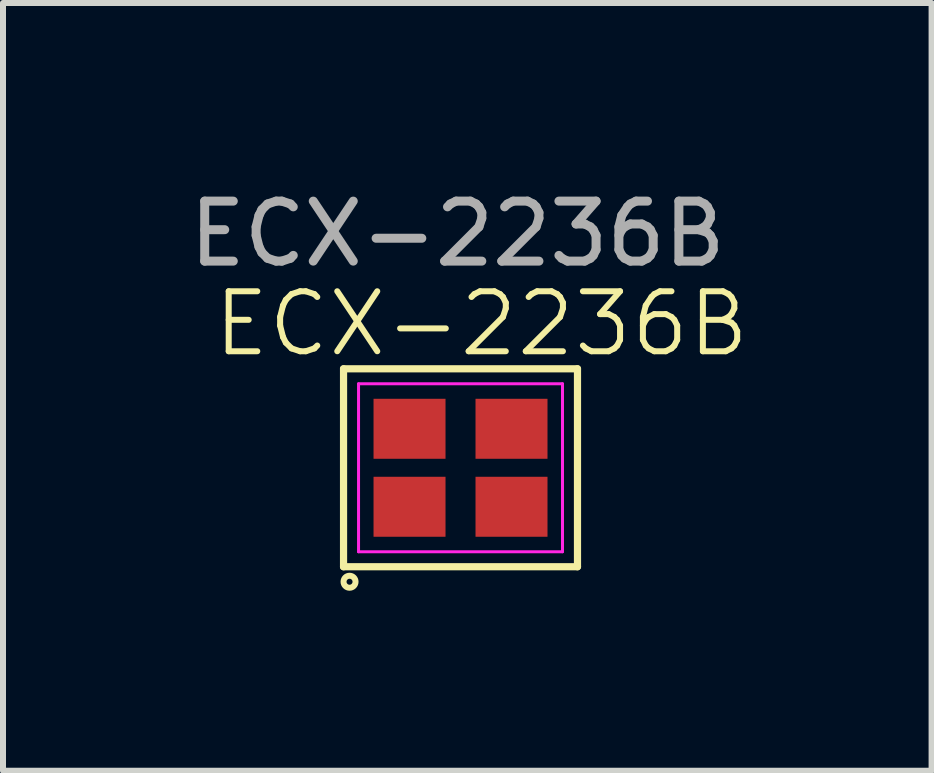
<source format=kicad_pcb>
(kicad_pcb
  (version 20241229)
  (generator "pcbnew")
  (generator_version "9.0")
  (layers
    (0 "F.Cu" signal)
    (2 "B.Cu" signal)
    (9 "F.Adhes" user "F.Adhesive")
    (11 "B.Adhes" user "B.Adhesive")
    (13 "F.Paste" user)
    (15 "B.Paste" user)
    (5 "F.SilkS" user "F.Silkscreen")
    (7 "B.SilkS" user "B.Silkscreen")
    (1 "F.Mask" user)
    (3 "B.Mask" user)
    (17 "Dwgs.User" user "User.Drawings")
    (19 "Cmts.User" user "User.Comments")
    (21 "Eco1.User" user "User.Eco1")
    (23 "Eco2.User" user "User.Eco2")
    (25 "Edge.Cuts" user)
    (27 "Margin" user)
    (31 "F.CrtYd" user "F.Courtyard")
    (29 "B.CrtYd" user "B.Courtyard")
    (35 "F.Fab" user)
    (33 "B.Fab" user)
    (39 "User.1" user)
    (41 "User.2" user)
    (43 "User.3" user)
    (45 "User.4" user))
  (footprint "ECX-2236B"
    (layer "F.Cu")
    (at 4.577 4.648)
    (property "Reference" "ECX-2236B" (at 0.4 -2.3 0) (unlocked yes) (layer "F.SilkS") (effects (font (size 1 1) (thickness 0.1))))
    (attr smd)
    (fp_line (start -1.9 -1.55) (end 2 -1.55) (stroke (width 0.12) (type default)) (layer "F.SilkS"))
    (fp_line (start -1.9 1.75) (end -1.9 -1.55) (stroke (width 0.12) (type default)) (layer "F.SilkS"))
    (fp_line (start 2 -1.55) (end 2 1.75) (stroke (width 0.12) (type default)) (layer "F.SilkS"))
    (fp_line (start 2 1.75) (end -1.9 1.75) (stroke (width 0.12) (type default)) (layer "F.SilkS"))
    (fp_circle (center -1.8 2) (end -1.8 2.1) (stroke (width 0.1) (type default)) (fill no) (layer "F.SilkS"))
    (fp_line (start -1.65 -1.3) (end 1.75 -1.3) (stroke (width 0.05) (type default)) (layer "F.CrtYd"))
    (fp_line (start -1.65 1.5) (end -1.65 -1.3) (stroke (width 0.05) (type default)) (layer "F.CrtYd"))
    (fp_line (start 1.75 -1.3) (end 1.75 1.5) (stroke (width 0.05) (type default)) (layer "F.CrtYd"))
    (fp_line (start 1.75 1.5) (end -1.65 1.5) (stroke (width 0.05) (type default)) (layer "F.CrtYd"))
    (fp_text user "${REFERENCE}" (at 0 -3.8 0) (unlocked yes) (layer "F.Fab") (effects (font (size 1 1) (thickness 0.15))))
    (pad "1" smd rect (at -0.8 0.75) (size 1.2 1) (layers "F.Cu" "F.Mask" "F.Paste"))
    (pad "2" smd rect (at 0.9 0.75) (size 1.2 1) (layers "F.Cu" "F.Mask" "F.Paste"))
    (pad "3" smd rect (at 0.9 -0.55) (size 1.2 1) (layers "F.Cu" "F.Mask" "F.Paste"))
    (pad "4" smd rect (at -0.8 -0.55) (size 1.2 1) (layers "F.Cu" "F.Mask" "F.Paste")))
  (gr_rect
    (start -3 -3)
    (end 12.48 9.798)
    (stroke (width 0.1) (type default))
    (fill no)
    (layer "Edge.Cuts")))
</source>
